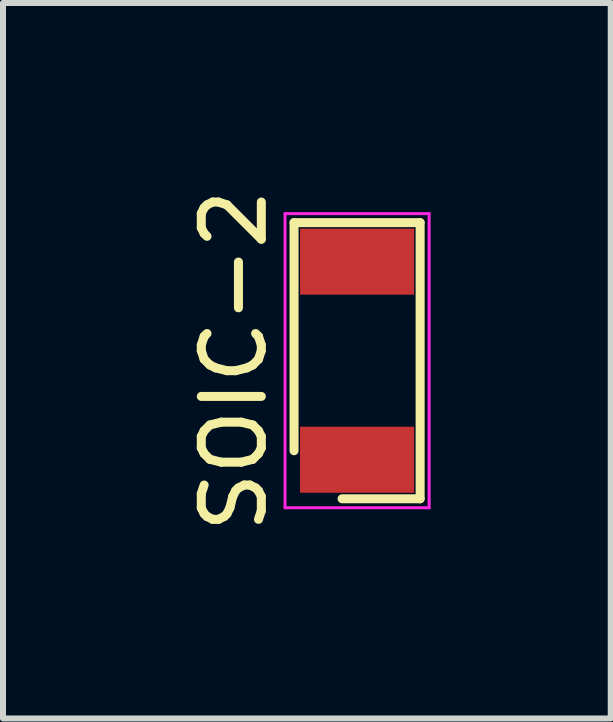
<source format=kicad_pcb>
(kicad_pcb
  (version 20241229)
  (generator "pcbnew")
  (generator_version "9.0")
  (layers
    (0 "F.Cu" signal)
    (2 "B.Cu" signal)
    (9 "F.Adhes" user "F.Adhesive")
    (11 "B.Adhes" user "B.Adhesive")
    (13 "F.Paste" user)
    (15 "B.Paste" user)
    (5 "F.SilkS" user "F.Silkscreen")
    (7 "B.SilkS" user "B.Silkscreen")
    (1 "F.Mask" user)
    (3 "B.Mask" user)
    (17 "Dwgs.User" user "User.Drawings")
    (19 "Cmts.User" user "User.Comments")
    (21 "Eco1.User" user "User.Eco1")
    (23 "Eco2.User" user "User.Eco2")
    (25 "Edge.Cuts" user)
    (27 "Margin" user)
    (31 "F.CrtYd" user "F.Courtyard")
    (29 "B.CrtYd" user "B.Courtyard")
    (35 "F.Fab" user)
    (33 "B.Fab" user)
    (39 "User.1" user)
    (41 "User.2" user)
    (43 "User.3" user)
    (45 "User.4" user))
  (footprint "SOIC-2"
    (layer "F.Cu")
    (at 2.898 2.958)
    (property "Reference" "SOIC-2" (at -2.05 0 90) (layer "F.SilkS") (effects (font (size 1 1) (thickness 0.15))))
    (attr smd)
    (fp_line (start -1.05 -2.3) (end 1.05 -2.3) (stroke (width 0.15) (type solid)) (layer "F.SilkS"))
    (fp_line (start -1.05 1.5) (end -1.05 -2.3) (stroke (width 0.15) (type solid)) (layer "F.SilkS"))
    (fp_line (start 1.05 -2.3) (end 1.05 2.3) (stroke (width 0.15) (type solid)) (layer "F.SilkS"))
    (fp_line (start 1.05 2.3) (end -0.25 2.3) (stroke (width 0.15) (type solid)) (layer "F.SilkS"))
    (fp_line (start -1.2 -2.45) (end 1.2 -2.45) (stroke (width 0.05) (type solid)) (layer "F.CrtYd"))
    (fp_line (start -1.2 2.45) (end -1.2 -2.45) (stroke (width 0.05) (type solid)) (layer "F.CrtYd"))
    (fp_line (start 1.2 -2.45) (end 1.2 2.45) (stroke (width 0.05) (type solid)) (layer "F.CrtYd"))
    (fp_line (start 1.2 2.45) (end -1.2 2.45) (stroke (width 0.05) (type solid)) (layer "F.CrtYd"))
    (pad "1" smd rect (at 0 1.65) (size 1.9 1.1) (layers "F.Cu" "F.Mask" "F.Paste"))
    (pad "2" smd rect (at 0 -1.65) (size 1.9 1.1) (layers "F.Cu" "F.Mask" "F.Paste")))
  (gr_rect
    (start -3 -3)
    (end 7.123 8.917)
    (stroke (width 0.1) (type default))
    (fill no)
    (layer "Edge.Cuts")))
</source>
